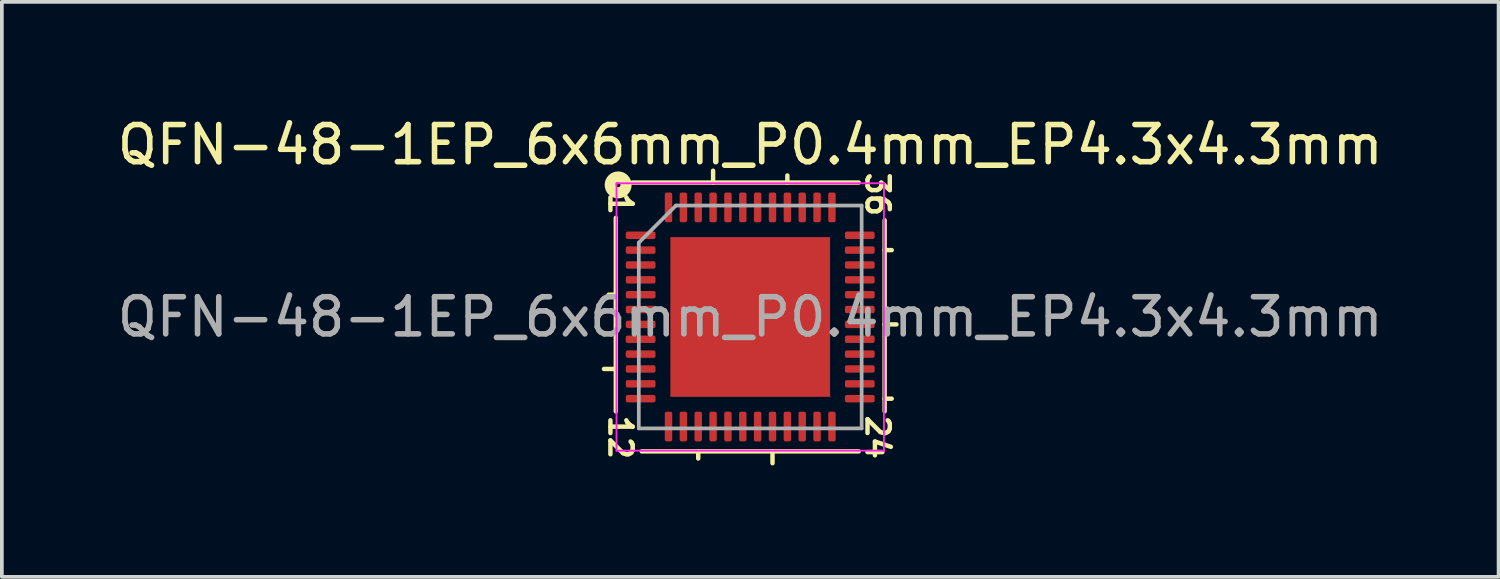
<source format=kicad_pcb>
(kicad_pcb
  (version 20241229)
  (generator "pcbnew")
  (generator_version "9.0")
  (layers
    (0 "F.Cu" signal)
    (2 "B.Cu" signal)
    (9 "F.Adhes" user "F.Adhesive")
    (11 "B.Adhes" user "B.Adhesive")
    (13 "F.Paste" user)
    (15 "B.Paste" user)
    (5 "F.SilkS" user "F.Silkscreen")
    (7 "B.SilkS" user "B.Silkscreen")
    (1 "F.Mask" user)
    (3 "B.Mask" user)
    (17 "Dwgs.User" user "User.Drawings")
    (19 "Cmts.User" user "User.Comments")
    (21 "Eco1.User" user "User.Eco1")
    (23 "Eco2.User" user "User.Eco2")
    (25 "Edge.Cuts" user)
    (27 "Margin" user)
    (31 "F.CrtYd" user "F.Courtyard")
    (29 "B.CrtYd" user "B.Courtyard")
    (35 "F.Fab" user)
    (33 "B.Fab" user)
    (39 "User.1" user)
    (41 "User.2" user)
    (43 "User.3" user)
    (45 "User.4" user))
  (footprint "QFN-48-1EP_6x6mm_P0.4mm_EP4.3x4.3mm"
    (layer "F.Cu")
    (at 17.149 5.484)
    (property "Reference" "QFN-48-1EP_6x6mm_P0.4mm_EP4.3x4.3mm" (at 0 -4.636 0) (layer "F.SilkS") (effects (font (size 1 1) (thickness 0.15))))
    (attr smd)
    (fp_line (start -3.619 -2.667) (end -3.619 2.54) (stroke (width 0.12) (type solid)) (layer "F.SilkS"))
    (fp_line (start -3.619 -0.6) (end -3.81 -0.6) (stroke (width 0.12) (type solid)) (layer "F.SilkS"))
    (fp_line (start -3.619 1.4) (end -3.937 1.4) (stroke (width 0.12) (type solid)) (layer "F.SilkS"))
    (fp_line (start -2.921 3.619) (end 2.921 3.619) (stroke (width 0.12) (type solid)) (layer "F.SilkS"))
    (fp_line (start -1.4 3.81) (end -1.4 3.619) (stroke (width 0.12) (type solid)) (layer "F.SilkS"))
    (fp_line (start -1 -3.619) (end -1 -3.937) (stroke (width 0.12) (type solid)) (layer "F.SilkS"))
    (fp_line (start 0.6 3.619) (end 0.6 3.937) (stroke (width 0.12) (type solid)) (layer "F.SilkS"))
    (fp_line (start 1 -3.619) (end 1 -3.81) (stroke (width 0.12) (type solid)) (layer "F.SilkS"))
    (fp_line (start 2.921 -3.619) (end -3.175 -3.619) (stroke (width 0.12) (type solid)) (layer "F.SilkS"))
    (fp_line (start 3.619 -1.8) (end 3.81 -1.8) (stroke (width 0.12) (type solid)) (layer "F.SilkS"))
    (fp_line (start 3.619 0.2) (end 3.937 0.2) (stroke (width 0.12) (type solid)) (layer "F.SilkS"))
    (fp_line (start 3.619 2.2) (end 3.81 2.2) (stroke (width 0.12) (type solid)) (layer "F.SilkS"))
    (fp_line (start 3.619 2.54) (end 3.619 -2.603) (stroke (width 0.12) (type solid)) (layer "F.SilkS"))
    (fp_circle (center -3.556 -3.556) (end -3.493 -3.556) (stroke (width 0.3) (type solid)) (fill no) (layer "F.SilkS"))
    (fp_line (start -3.6 -3.6) (end -3.6 3.6) (stroke (width 0.05) (type solid)) (layer "F.CrtYd"))
    (fp_line (start -3.6 3.6) (end 3.6 3.6) (stroke (width 0.05) (type solid)) (layer "F.CrtYd"))
    (fp_line (start 3.6 -3.6) (end -3.6 -3.6) (stroke (width 0.05) (type solid)) (layer "F.CrtYd"))
    (fp_line (start 3.6 3.6) (end 3.6 -3.6) (stroke (width 0.05) (type solid)) (layer "F.CrtYd"))
    (fp_line (start -3 -2) (end -2 -3) (stroke (width 0.1) (type solid)) (layer "F.Fab"))
    (fp_line (start -3 3) (end -3 -2) (stroke (width 0.1) (type solid)) (layer "F.Fab"))
    (fp_line (start -2 -3) (end 3 -3) (stroke (width 0.1) (type solid)) (layer "F.Fab"))
    (fp_line (start 3 -3) (end 3 3) (stroke (width 0.1) (type solid)) (layer "F.Fab"))
    (fp_line (start 3 3) (end -3 3) (stroke (width 0.1) (type solid)) (layer "F.Fab"))
    (fp_text user "36" (at 3.429 -3.302 270) (unlocked yes) (layer "F.SilkS") (effects (font (size 0.6 0.6) (thickness 0.12))))
    (fp_text user "12" (at -3.493 3.239 270) (unlocked yes) (layer "F.SilkS") (effects (font (size 0.6 0.6) (thickness 0.12))))
    (fp_text user "1" (at -3.493 -3.048 270) (unlocked yes) (layer "F.SilkS") (effects (font (size 0.6 0.6) (thickness 0.12))))
    (fp_text user "24" (at 3.429 3.239 270) (unlocked yes) (layer "F.SilkS") (effects (font (size 0.6 0.6) (thickness 0.12))))
    (fp_text user "${REFERENCE}" (at 0 0 0) (layer "F.Fab") (effects (font (size 1 1) (thickness 0.15))))
    (pad "" smd roundrect (at -1.43 -1.43) (size 1.16 1.16) (layers "F.Paste") (roundrect_rratio 0.216))
    (pad "" smd roundrect (at -1.43 0) (size 1.16 1.16) (layers "F.Paste") (roundrect_rratio 0.216))
    (pad "" smd roundrect (at -1.43 1.43) (size 1.16 1.16) (layers "F.Paste") (roundrect_rratio 0.216))
    (pad "" smd roundrect (at 0 -1.43) (size 1.16 1.16) (layers "F.Paste") (roundrect_rratio 0.216))
    (pad "" smd roundrect (at 0 0) (size 1.16 1.16) (layers "F.Paste") (roundrect_rratio 0.216))
    (pad "" smd roundrect (at 0 1.43) (size 1.16 1.16) (layers "F.Paste") (roundrect_rratio 0.216))
    (pad "" smd roundrect (at 1.43 -1.43) (size 1.16 1.16) (layers "F.Paste") (roundrect_rratio 0.216))
    (pad "" smd roundrect (at 1.43 0) (size 1.16 1.16) (layers "F.Paste") (roundrect_rratio 0.216))
    (pad "" smd roundrect (at 1.43 1.43) (size 1.16 1.16) (layers "F.Paste") (roundrect_rratio 0.216))
    (pad "1" smd roundrect (at -2.95 -2.2) (size 0.8 0.2) (layers "F.Cu" "F.Mask" "F.Paste") (roundrect_rratio 0.25))
    (pad "2" smd roundrect (at -2.95 -1.8) (size 0.8 0.2) (layers "F.Cu" "F.Mask" "F.Paste") (roundrect_rratio 0.25))
    (pad "3" smd roundrect (at -2.95 -1.4) (size 0.8 0.2) (layers "F.Cu" "F.Mask" "F.Paste") (roundrect_rratio 0.25))
    (pad "4" smd roundrect (at -2.95 -1) (size 0.8 0.2) (layers "F.Cu" "F.Mask" "F.Paste") (roundrect_rratio 0.25))
    (pad "5" smd roundrect (at -2.95 -0.6) (size 0.8 0.2) (layers "F.Cu" "F.Mask" "F.Paste") (roundrect_rratio 0.25))
    (pad "6" smd roundrect (at -2.95 -0.2) (size 0.8 0.2) (layers "F.Cu" "F.Mask" "F.Paste") (roundrect_rratio 0.25))
    (pad "7" smd roundrect (at -2.95 0.2) (size 0.8 0.2) (layers "F.Cu" "F.Mask" "F.Paste") (roundrect_rratio 0.25))
    (pad "8" smd roundrect (at -2.95 0.6) (size 0.8 0.2) (layers "F.Cu" "F.Mask" "F.Paste") (roundrect_rratio 0.25))
    (pad "9" smd roundrect (at -2.95 1) (size 0.8 0.2) (layers "F.Cu" "F.Mask" "F.Paste") (roundrect_rratio 0.25))
    (pad "10" smd roundrect (at -2.95 1.4) (size 0.8 0.2) (layers "F.Cu" "F.Mask" "F.Paste") (roundrect_rratio 0.25))
    (pad "11" smd roundrect (at -2.95 1.8) (size 0.8 0.2) (layers "F.Cu" "F.Mask" "F.Paste") (roundrect_rratio 0.25))
    (pad "12" smd roundrect (at -2.95 2.2) (size 0.8 0.2) (layers "F.Cu" "F.Mask" "F.Paste") (roundrect_rratio 0.25))
    (pad "13" smd roundrect (at -2.2 2.95) (size 0.2 0.8) (layers "F.Cu" "F.Mask" "F.Paste") (roundrect_rratio 0.25))
    (pad "14" smd roundrect (at -1.8 2.95) (size 0.2 0.8) (layers "F.Cu" "F.Mask" "F.Paste") (roundrect_rratio 0.25))
    (pad "15" smd roundrect (at -1.4 2.95) (size 0.2 0.8) (layers "F.Cu" "F.Mask" "F.Paste") (roundrect_rratio 0.25))
    (pad "16" smd roundrect (at -1 2.95) (size 0.2 0.8) (layers "F.Cu" "F.Mask" "F.Paste") (roundrect_rratio 0.25))
    (pad "17" smd roundrect (at -0.6 2.95) (size 0.2 0.8) (layers "F.Cu" "F.Mask" "F.Paste") (roundrect_rratio 0.25))
    (pad "18" smd roundrect (at -0.2 2.95) (size 0.2 0.8) (layers "F.Cu" "F.Mask" "F.Paste") (roundrect_rratio 0.25))
    (pad "19" smd roundrect (at 0.2 2.95) (size 0.2 0.8) (layers "F.Cu" "F.Mask" "F.Paste") (roundrect_rratio 0.25))
    (pad "20" smd roundrect (at 0.6 2.95) (size 0.2 0.8) (layers "F.Cu" "F.Mask" "F.Paste") (roundrect_rratio 0.25))
    (pad "21" smd roundrect (at 1 2.95) (size 0.2 0.8) (layers "F.Cu" "F.Mask" "F.Paste") (roundrect_rratio 0.25))
    (pad "22" smd roundrect (at 1.4 2.95) (size 0.2 0.8) (layers "F.Cu" "F.Mask" "F.Paste") (roundrect_rratio 0.25))
    (pad "23" smd roundrect (at 1.8 2.95) (size 0.2 0.8) (layers "F.Cu" "F.Mask" "F.Paste") (roundrect_rratio 0.25))
    (pad "24" smd roundrect (at 2.2 2.95) (size 0.2 0.8) (layers "F.Cu" "F.Mask" "F.Paste") (roundrect_rratio 0.25))
    (pad "25" smd roundrect (at 2.95 2.2) (size 0.8 0.2) (layers "F.Cu" "F.Mask" "F.Paste") (roundrect_rratio 0.25))
    (pad "26" smd roundrect (at 2.95 1.8) (size 0.8 0.2) (layers "F.Cu" "F.Mask" "F.Paste") (roundrect_rratio 0.25))
    (pad "27" smd roundrect (at 2.95 1.4) (size 0.8 0.2) (layers "F.Cu" "F.Mask" "F.Paste") (roundrect_rratio 0.25))
    (pad "28" smd roundrect (at 2.95 1) (size 0.8 0.2) (layers "F.Cu" "F.Mask" "F.Paste") (roundrect_rratio 0.25))
    (pad "29" smd roundrect (at 2.95 0.6) (size 0.8 0.2) (layers "F.Cu" "F.Mask" "F.Paste") (roundrect_rratio 0.25))
    (pad "30" smd roundrect (at 2.95 0.2) (size 0.8 0.2) (layers "F.Cu" "F.Mask" "F.Paste") (roundrect_rratio 0.25))
    (pad "31" smd roundrect (at 2.95 -0.2) (size 0.8 0.2) (layers "F.Cu" "F.Mask" "F.Paste") (roundrect_rratio 0.25))
    (pad "32" smd roundrect (at 2.95 -0.6) (size 0.8 0.2) (layers "F.Cu" "F.Mask" "F.Paste") (roundrect_rratio 0.25))
    (pad "33" smd roundrect (at 2.95 -1) (size 0.8 0.2) (layers "F.Cu" "F.Mask" "F.Paste") (roundrect_rratio 0.25))
    (pad "34" smd roundrect (at 2.95 -1.4) (size 0.8 0.2) (layers "F.Cu" "F.Mask" "F.Paste") (roundrect_rratio 0.25))
    (pad "35" smd roundrect (at 2.95 -1.8) (size 0.8 0.2) (layers "F.Cu" "F.Mask" "F.Paste") (roundrect_rratio 0.25))
    (pad "36" smd roundrect (at 2.95 -2.2) (size 0.8 0.2) (layers "F.Cu" "F.Mask" "F.Paste") (roundrect_rratio 0.25))
    (pad "37" smd roundrect (at 2.2 -2.95) (size 0.2 0.8) (layers "F.Cu" "F.Mask" "F.Paste") (roundrect_rratio 0.25))
    (pad "38" smd roundrect (at 1.8 -2.95) (size 0.2 0.8) (layers "F.Cu" "F.Mask" "F.Paste") (roundrect_rratio 0.25))
    (pad "39" smd roundrect (at 1.4 -2.95) (size 0.2 0.8) (layers "F.Cu" "F.Mask" "F.Paste") (roundrect_rratio 0.25))
    (pad "40" smd roundrect (at 1 -2.95) (size 0.2 0.8) (layers "F.Cu" "F.Mask" "F.Paste") (roundrect_rratio 0.25))
    (pad "41" smd roundrect (at 0.6 -2.95) (size 0.2 0.8) (layers "F.Cu" "F.Mask" "F.Paste") (roundrect_rratio 0.25))
    (pad "42" smd roundrect (at 0.2 -2.95) (size 0.2 0.8) (layers "F.Cu" "F.Mask" "F.Paste") (roundrect_rratio 0.25))
    (pad "43" smd roundrect (at -0.2 -2.95) (size 0.2 0.8) (layers "F.Cu" "F.Mask" "F.Paste") (roundrect_rratio 0.25))
    (pad "44" smd roundrect (at -0.6 -2.95) (size 0.2 0.8) (layers "F.Cu" "F.Mask" "F.Paste") (roundrect_rratio 0.25))
    (pad "45" smd roundrect (at -1 -2.95) (size 0.2 0.8) (layers "F.Cu" "F.Mask" "F.Paste") (roundrect_rratio 0.25))
    (pad "46" smd roundrect (at -1.4 -2.95) (size 0.2 0.8) (layers "F.Cu" "F.Mask" "F.Paste") (roundrect_rratio 0.25))
    (pad "47" smd roundrect (at -1.8 -2.95) (size 0.2 0.8) (layers "F.Cu" "F.Mask" "F.Paste") (roundrect_rratio 0.25))
    (pad "48" smd roundrect (at -2.2 -2.95) (size 0.2 0.8) (layers "F.Cu" "F.Mask" "F.Paste") (roundrect_rratio 0.25))
    (pad "49" smd rect (at 0 0) (size 4.3 4.3) (layers "F.Cu" "F.Mask")))
  (gr_rect
    (start -3 -3)
    (end 37.298 12.481)
    (stroke (width 0.1) (type default))
    (fill no)
    (layer "Edge.Cuts")))
</source>
